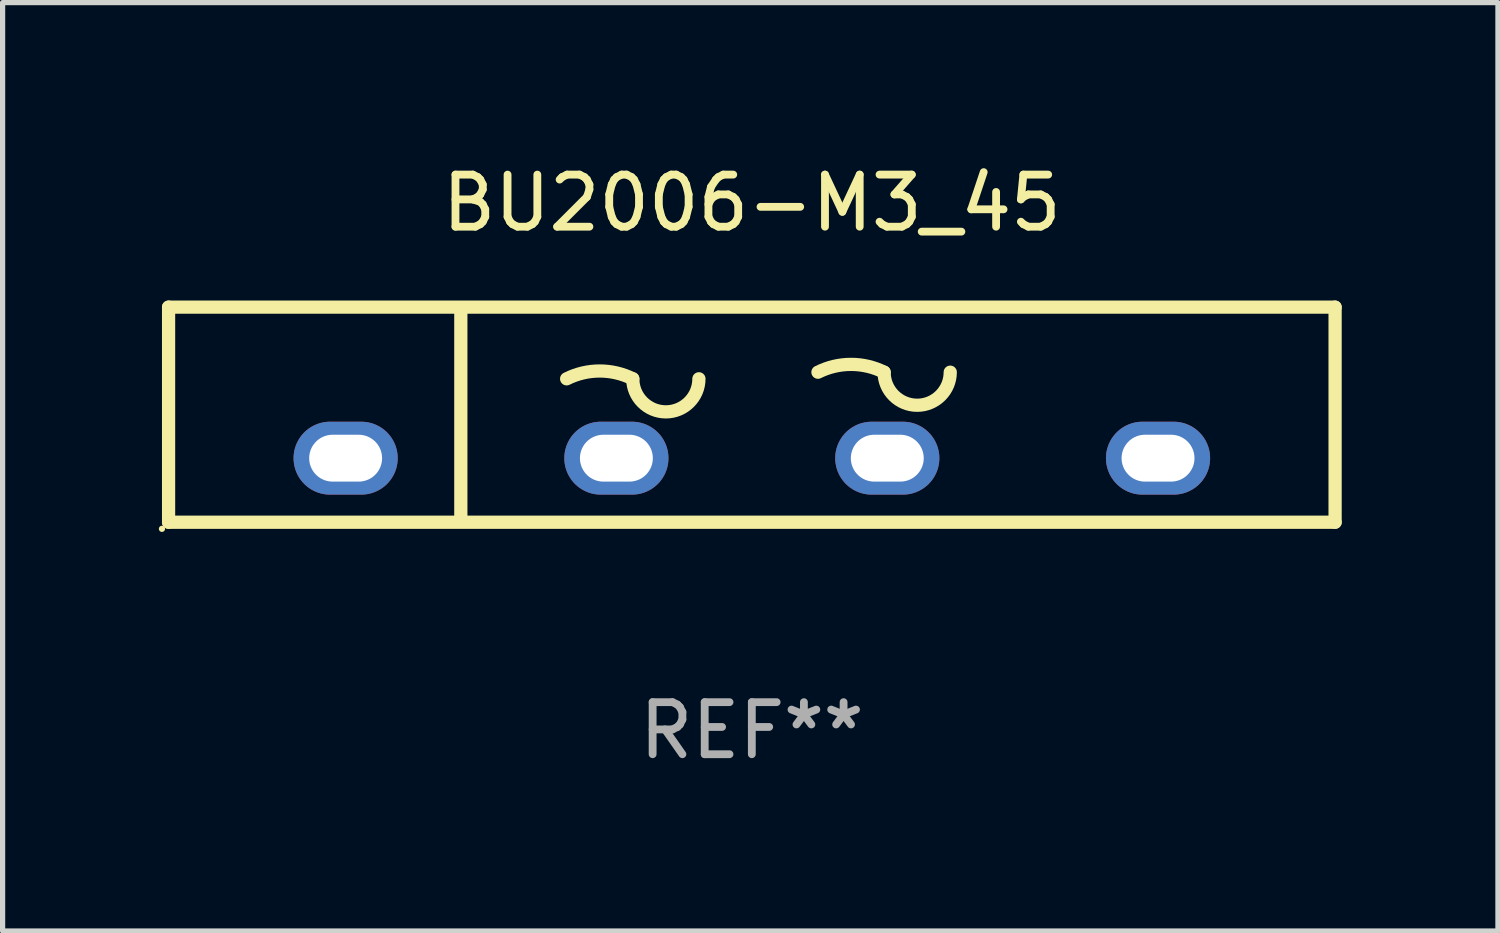
<source format=kicad_pcb>
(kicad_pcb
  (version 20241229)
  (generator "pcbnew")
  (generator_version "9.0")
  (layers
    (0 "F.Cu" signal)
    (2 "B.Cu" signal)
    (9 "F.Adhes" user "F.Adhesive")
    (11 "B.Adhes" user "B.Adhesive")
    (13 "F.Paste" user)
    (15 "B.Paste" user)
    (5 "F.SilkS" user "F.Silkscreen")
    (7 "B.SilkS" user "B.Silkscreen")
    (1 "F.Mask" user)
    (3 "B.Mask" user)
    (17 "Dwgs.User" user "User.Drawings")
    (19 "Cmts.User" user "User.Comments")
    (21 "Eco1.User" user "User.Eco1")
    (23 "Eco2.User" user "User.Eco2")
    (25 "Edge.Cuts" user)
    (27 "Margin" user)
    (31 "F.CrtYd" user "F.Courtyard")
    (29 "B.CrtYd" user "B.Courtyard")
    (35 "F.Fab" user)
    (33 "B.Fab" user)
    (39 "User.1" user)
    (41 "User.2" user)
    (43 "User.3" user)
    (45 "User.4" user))
  (footprint "BU2006-M3_45"
    (layer "F.Cu")
    (at 11.387 4.913)
    (property "Reference" "BU2006-M3_45" (at 0 -4.065 0) (layer "F.SilkS") (effects (font (size 1 1) (thickness 0.15))))
    (attr through_hole)
    (fp_line (start -11.2 2.065) (end -11.2 -2.065) (stroke (width 0.254) (type solid)) (layer "F.SilkS"))
    (fp_line (start -11.2 2.065) (end 11.2 2.065) (stroke (width 0.254) (type solid)) (layer "F.SilkS"))
    (fp_line (start -5.588 1.978) (end -5.588 -2.025) (stroke (width 0.254) (type solid)) (layer "F.SilkS"))
    (fp_line (start 11.2 -2.065) (end -11.2 -2.065) (stroke (width 0.254) (type solid)) (layer "F.SilkS"))
    (fp_line (start 11.2 -2.065) (end 11.2 2.065) (stroke (width 0.254) (type solid)) (layer "F.SilkS"))
    (fp_arc (start -3.556007 -0.689103) (mid -2.921006 -0.839006) (end -2.286005 -0.689103) (stroke (width 0.254001) (type solid)) (layer "F.SilkS"))
    (fp_arc (start -1.016002 -0.689103) (mid -1.651003 -0.054102) (end -2.286004 -0.689103) (stroke (width 0.254001) (type solid)) (layer "F.SilkS"))
    (fp_arc (start 1.270003 -0.816104) (mid 1.905004 -0.966007) (end 2.540006 -0.816104) (stroke (width 0.254001) (type solid)) (layer "F.SilkS"))
    (fp_arc (start 3.810008 -0.816104) (mid 3.175006 -0.181102) (end 2.540004 -0.816104) (stroke (width 0.254001) (type solid)) (layer "F.SilkS"))
    (fp_circle (center -11.327 2.192) (end -11.297 2.192) (stroke (width 0.06) (type solid)) (fill no) (layer "F.SilkS"))
    (fp_text user "+" (at -8.636 -0.875 0) (layer "B.Mask") (effects (font (size 1 1) (thickness 0.15))))
    (fp_text user "-" (at 6.858 -0.943 0) (layer "B.Mask") (effects (font (size 1 1) (thickness 0.15))))
    (fp_text user "REF**" (at 0 6.065 0) (layer "F.Fab") (effects (font (size 1 1) (thickness 0.15))))
    (pad "1" thru_hole oval (at -7.8 0.835 90) (size 1.4 2) (drill oval 0.9 1.4) (layers "*.Cu" "*.Mask"))
    (pad "2" thru_hole oval (at -2.601 0.835 90) (size 1.4 2) (drill oval 0.9 1.4) (layers "*.Cu" "*.Mask"))
    (pad "3" thru_hole oval (at 2.601 0.835 90) (size 1.4 2) (drill oval 0.9 1.4) (layers "*.Cu" "*.Mask"))
    (pad "4" thru_hole oval (at 7.8 0.835 90) (size 1.4 2) (drill oval 0.9 1.4) (layers "*.Cu" "*.Mask")))
  (gr_rect
    (start -3 -3)
    (end 25.714 14.827)
    (stroke (width 0.1) (type default))
    (fill no)
    (layer "Edge.Cuts")))
</source>
